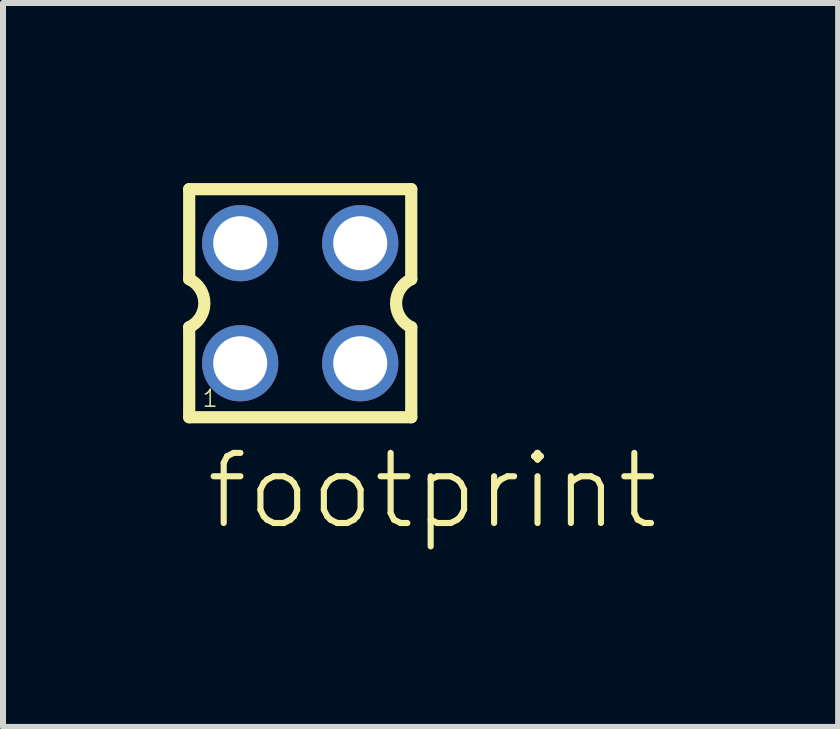
<source format=kicad_pcb>
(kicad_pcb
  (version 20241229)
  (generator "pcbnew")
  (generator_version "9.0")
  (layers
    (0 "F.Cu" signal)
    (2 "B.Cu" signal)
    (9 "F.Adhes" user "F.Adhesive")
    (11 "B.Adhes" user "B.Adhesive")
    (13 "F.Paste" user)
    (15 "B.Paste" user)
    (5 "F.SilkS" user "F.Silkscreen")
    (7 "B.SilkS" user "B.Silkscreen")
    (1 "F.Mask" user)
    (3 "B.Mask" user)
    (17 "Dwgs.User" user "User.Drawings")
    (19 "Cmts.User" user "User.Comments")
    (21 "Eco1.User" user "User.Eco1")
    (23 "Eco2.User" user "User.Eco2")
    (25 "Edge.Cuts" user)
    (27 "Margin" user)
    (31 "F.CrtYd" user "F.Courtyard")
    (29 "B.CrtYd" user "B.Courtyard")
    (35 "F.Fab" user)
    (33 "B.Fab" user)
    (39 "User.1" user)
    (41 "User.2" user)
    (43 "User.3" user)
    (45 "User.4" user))
  (footprint "footprint"
    (layer "F.Cu")
    (at 1.952 2.002)
    (property "Reference" "footprint" (at -1.62 3.81 0) (layer "F.SilkS") (effects (font (size 1.168 1.168) (thickness 0.102)) (justify left bottom)))
    (fp_line (start -1.85 -1.9) (end -1.85 -0.4) (stroke (width 0.203) (type solid)) (layer "F.SilkS"))
    (fp_line (start -1.85 0.4) (end -1.85 1.9) (stroke (width 0.203) (type solid)) (layer "F.SilkS"))
    (fp_line (start -1.85 1.9) (end 1.85 1.9) (stroke (width 0.203) (type solid)) (layer "F.SilkS"))
    (fp_line (start 1.85 -1.9) (end -1.85 -1.9) (stroke (width 0.203) (type solid)) (layer "F.SilkS"))
    (fp_line (start 1.85 -0.4) (end 1.85 -1.9) (stroke (width 0.203) (type solid)) (layer "F.SilkS"))
    (fp_line (start 1.85 1.9) (end 1.85 0.4) (stroke (width 0.203) (type solid)) (layer "F.SilkS"))
    (fp_arc (start -1.85 -0.4) (mid -1.597168 -0.000001) (end -1.849998 0.399999) (stroke (width 0.2032) (type solid)) (layer "F.SilkS"))
    (fp_arc (start 1.85 0.4) (mid 1.597168 0.000001) (end 1.849998 -0.399999) (stroke (width 0.2032) (type solid)) (layer "F.SilkS"))
    (fp_poly (pts (xy -1.25 -0.75) (xy -0.75 -0.75) (xy -0.75 -1.25) (xy -1.25 -1.25)) (stroke (width 0.1) (type solid)) (fill no) (layer "F.Fab"))
    (fp_poly (pts (xy -1.25 1.25) (xy -0.75 1.25) (xy -0.75 0.75) (xy -1.25 0.75)) (stroke (width 0.1) (type solid)) (fill no) (layer "F.Fab"))
    (fp_poly (pts (xy 0.75 -0.75) (xy 1.25 -0.75) (xy 1.25 -1.25) (xy 0.75 -1.25)) (stroke (width 0.1) (type solid)) (fill no) (layer "F.Fab"))
    (fp_poly (pts (xy 0.75 1.25) (xy 1.25 1.25) (xy 1.25 0.75) (xy 0.75 0.75)) (stroke (width 0.1) (type solid)) (fill no) (layer "F.Fab"))
    (fp_text user "1" (at -1.65 1.75 0) (layer "F.SilkS") (effects (font (size 0.28 0.28) (thickness 0.024)) (justify left bottom)))
    (pad "1" thru_hole circle (at -1 1) (size 1.27 1.27) (drill 0.9) (layers "*.Cu" "*.Mask"))
    (pad "2" thru_hole circle (at -1 -1) (size 1.27 1.27) (drill 0.9) (layers "*.Cu" "*.Mask"))
    (pad "3" thru_hole circle (at 1 1) (size 1.27 1.27) (drill 0.9) (layers "*.Cu" "*.Mask"))
    (pad "4" thru_hole circle (at 1 -1) (size 1.27 1.27) (drill 0.9) (layers "*.Cu" "*.Mask")))
  (gr_rect
    (start -3 -3)
    (end 10.914 9.062)
    (stroke (width 0.1) (type default))
    (fill no)
    (layer "Edge.Cuts")))
</source>
